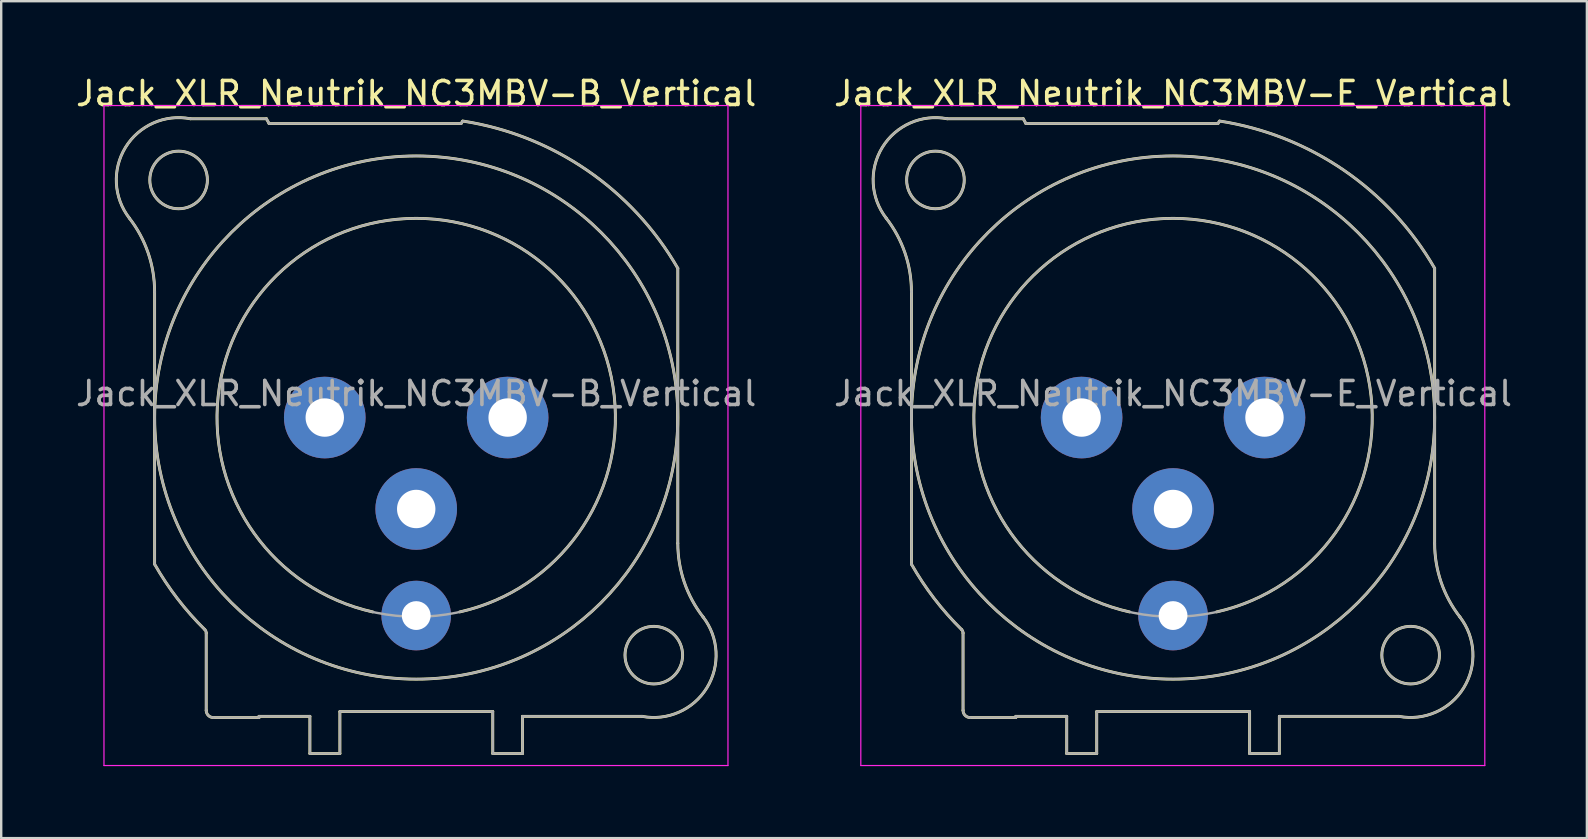
<source format=kicad_pcb>
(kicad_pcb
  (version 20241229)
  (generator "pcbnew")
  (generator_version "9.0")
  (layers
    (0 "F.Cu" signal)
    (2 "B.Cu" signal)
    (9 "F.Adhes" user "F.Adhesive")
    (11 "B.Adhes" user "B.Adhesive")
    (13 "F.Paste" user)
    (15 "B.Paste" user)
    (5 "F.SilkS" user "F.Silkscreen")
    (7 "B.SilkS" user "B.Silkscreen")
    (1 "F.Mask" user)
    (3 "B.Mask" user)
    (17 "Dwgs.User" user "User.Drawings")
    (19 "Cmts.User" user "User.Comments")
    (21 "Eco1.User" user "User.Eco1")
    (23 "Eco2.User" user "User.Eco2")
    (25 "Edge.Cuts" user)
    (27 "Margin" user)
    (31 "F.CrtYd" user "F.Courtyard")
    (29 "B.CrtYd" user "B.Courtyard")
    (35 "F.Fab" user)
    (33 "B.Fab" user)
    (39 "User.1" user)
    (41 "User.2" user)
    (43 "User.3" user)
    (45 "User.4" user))
  (footprint "Jack_XLR_Neutrik_NC3MBV-B_Vertical"
    (layer "F.Cu")
    (at 10.482 14.348)
    (property "Reference" "Jack_XLR_Neutrik_NC3MBV-B_Vertical" (at 3.81 -13.5 0) (layer "F.SilkS") (effects (font (size 1 1) (thickness 0.15))))
    (attr through_hole)
    (fp_line (start -7.09 -5.24) (end -7.09 6.11) (stroke (width 0.12) (type solid)) (layer "F.SilkS"))
    (fp_line (start -4.94 12.2) (end -4.94 8.98) (stroke (width 0.12) (type solid)) (layer "F.SilkS"))
    (fp_line (start -4.64 12.5) (end -2.74 12.5) (stroke (width 0.12) (type solid)) (layer "F.SilkS"))
    (fp_line (start -2.74 12.45) (end -0.62 12.45) (stroke (width 0.12) (type solid)) (layer "F.SilkS"))
    (fp_line (start -2.74 12.5) (end -2.74 12.45) (stroke (width 0.12) (type solid)) (layer "F.SilkS"))
    (fp_line (start -2.43 -12.45) (end -5.6 -12.45) (stroke (width 0.12) (type solid)) (layer "F.SilkS"))
    (fp_line (start -2.32 -12.25) (end -2.43 -12.45) (stroke (width 0.12) (type solid)) (layer "F.SilkS"))
    (fp_line (start -0.62 12.45) (end -0.62 14) (stroke (width 0.12) (type solid)) (layer "F.SilkS"))
    (fp_line (start 0.63 12.25) (end 0.63 14) (stroke (width 0.12) (type solid)) (layer "F.SilkS"))
    (fp_line (start 0.63 12.25) (end 7 12.25) (stroke (width 0.12) (type solid)) (layer "F.SilkS"))
    (fp_line (start 0.63 14) (end -0.62 14) (stroke (width 0.12) (type solid)) (layer "F.SilkS"))
    (fp_line (start 5.68 -12.25) (end -2.32 -12.25) (stroke (width 0.12) (type solid)) (layer "F.SilkS"))
    (fp_line (start 5.74 -12.35) (end 5.68 -12.25) (stroke (width 0.12) (type solid)) (layer "F.SilkS"))
    (fp_line (start 7 12.25) (end 7 14) (stroke (width 0.12) (type solid)) (layer "F.SilkS"))
    (fp_line (start 8.24 12.45) (end 8.24 14) (stroke (width 0.12) (type solid)) (layer "F.SilkS"))
    (fp_line (start 8.24 12.45) (end 13.22 12.45) (stroke (width 0.12) (type solid)) (layer "F.SilkS"))
    (fp_line (start 8.24 14) (end 7 14) (stroke (width 0.12) (type solid)) (layer "F.SilkS"))
    (fp_line (start 14.71 5.24) (end 14.71 -6.22) (stroke (width 0.12) (type solid)) (layer "F.SilkS"))
    (fp_arc (start -8.14458 -8.311426) (mid -7.360989 -6.863715) (end -7.09 -5.24) (stroke (width 0.12) (type solid)) (layer "F.SilkS"))
    (fp_arc (start -8.141124 -8.307677) (mid -8.303366 -11.257798) (end -5.6 -12.45) (stroke (width 0.12) (type solid)) (layer "F.SilkS"))
    (fp_arc (start -4.999944 8.832139) (mid -4.954594 8.899835) (end -4.94 8.98) (stroke (width 0.12) (type solid)) (layer "F.SilkS"))
    (fp_arc (start -4.999718 8.833849) (mid -6.1389 7.544091) (end -7.09 6.11) (stroke (width 0.12) (type solid)) (layer "F.SilkS"))
    (fp_arc (start -4.64 12.5) (mid -4.852132 12.412132) (end -4.94 12.2) (stroke (width 0.12) (type solid)) (layer "F.SilkS"))
    (fp_arc (start 2 8.1) (mid 3.809449 -8.299765) (end 5.621075 8.09976) (stroke (width 0.12) (type solid)) (layer "F.SilkS"))
    (fp_arc (start 5.753207 -12.354269) (mid 10.928439 -10.304601) (end 14.71 -6.22) (stroke (width 0.12) (type solid)) (layer "F.SilkS"))
    (fp_arc (start 15.761124 8.307677) (mid 15.923366 11.257798) (end 13.22 12.45) (stroke (width 0.12) (type solid)) (layer "F.SilkS"))
    (fp_arc (start 15.76458 8.311426) (mid 14.980989 6.863715) (end 14.71 5.24) (stroke (width 0.12) (type solid)) (layer "F.SilkS"))
    (fp_circle (center -6.09 -9.9) (end -4.89 -9.9) (stroke (width 0.12) (type solid)) (fill no) (layer "F.SilkS"))
    (fp_circle (center 3.81 0) (end 14.71 0) (stroke (width 0.12) (type solid)) (fill no) (layer "F.SilkS"))
    (fp_circle (center 13.71 9.9) (end 14.91 9.9) (stroke (width 0.12) (type solid)) (fill no) (layer "F.SilkS"))
    (fp_line (start -9.2 -13) (end 16.8 -13) (stroke (width 0.05) (type solid)) (layer "F.CrtYd"))
    (fp_line (start -9.2 14.5) (end -9.2 -13) (stroke (width 0.05) (type solid)) (layer "F.CrtYd"))
    (fp_line (start 16.8 -13) (end 16.8 14.5) (stroke (width 0.05) (type solid)) (layer "F.CrtYd"))
    (fp_line (start 16.8 14.5) (end -9.2 14.5) (stroke (width 0.05) (type solid)) (layer "F.CrtYd"))
    (fp_line (start -7.09 -5.24) (end -7.09 6.11) (stroke (width 0.1) (type solid)) (layer "F.Fab"))
    (fp_line (start -4.94 12.2) (end -4.94 8.98) (stroke (width 0.1) (type solid)) (layer "F.Fab"))
    (fp_line (start -4.64 12.5) (end -2.74 12.5) (stroke (width 0.1) (type solid)) (layer "F.Fab"))
    (fp_line (start -2.74 12.45) (end -0.62 12.45) (stroke (width 0.1) (type solid)) (layer "F.Fab"))
    (fp_line (start -2.74 12.5) (end -2.74 12.45) (stroke (width 0.1) (type solid)) (layer "F.Fab"))
    (fp_line (start -2.43 -12.45) (end -5.6 -12.45) (stroke (width 0.1) (type solid)) (layer "F.Fab"))
    (fp_line (start -2.32 -12.25) (end -2.43 -12.45) (stroke (width 0.1) (type solid)) (layer "F.Fab"))
    (fp_line (start -0.62 12.45) (end -0.62 14) (stroke (width 0.1) (type solid)) (layer "F.Fab"))
    (fp_line (start 0.63 12.25) (end 0.63 14) (stroke (width 0.1) (type solid)) (layer "F.Fab"))
    (fp_line (start 0.63 12.25) (end 7 12.25) (stroke (width 0.1) (type solid)) (layer "F.Fab"))
    (fp_line (start 0.63 14) (end -0.62 14) (stroke (width 0.1) (type solid)) (layer "F.Fab"))
    (fp_line (start 5.68 -12.25) (end -2.32 -12.25) (stroke (width 0.1) (type solid)) (layer "F.Fab"))
    (fp_line (start 5.74 -12.35) (end 5.68 -12.25) (stroke (width 0.1) (type solid)) (layer "F.Fab"))
    (fp_line (start 7 12.25) (end 7 14) (stroke (width 0.1) (type solid)) (layer "F.Fab"))
    (fp_line (start 8.24 12.45) (end 8.24 14) (stroke (width 0.1) (type solid)) (layer "F.Fab"))
    (fp_line (start 8.24 12.45) (end 13.22 12.45) (stroke (width 0.1) (type solid)) (layer "F.Fab"))
    (fp_line (start 8.24 14) (end 7 14) (stroke (width 0.1) (type solid)) (layer "F.Fab"))
    (fp_line (start 14.71 5.24) (end 14.71 -6.22) (stroke (width 0.1) (type solid)) (layer "F.Fab"))
    (fp_arc (start -8.14458 -8.311426) (mid -7.360989 -6.863715) (end -7.09 -5.24) (stroke (width 0.1) (type solid)) (layer "F.Fab"))
    (fp_arc (start -8.141124 -8.307677) (mid -8.303366 -11.257798) (end -5.6 -12.45) (stroke (width 0.1) (type solid)) (layer "F.Fab"))
    (fp_arc (start -4.999944 8.832139) (mid -4.954594 8.899835) (end -4.94 8.98) (stroke (width 0.1) (type solid)) (layer "F.Fab"))
    (fp_arc (start -4.999718 8.833849) (mid -6.1389 7.544091) (end -7.09 6.11) (stroke (width 0.1) (type solid)) (layer "F.Fab"))
    (fp_arc (start -4.64 12.5) (mid -4.852132 12.412132) (end -4.94 12.2) (stroke (width 0.1) (type solid)) (layer "F.Fab"))
    (fp_arc (start 5.753207 -12.354269) (mid 10.928439 -10.304601) (end 14.71 -6.22) (stroke (width 0.1) (type solid)) (layer "F.Fab"))
    (fp_arc (start 15.761124 8.307677) (mid 15.923366 11.257798) (end 13.22 12.45) (stroke (width 0.1) (type solid)) (layer "F.Fab"))
    (fp_arc (start 15.76458 8.311426) (mid 14.980989 6.863715) (end 14.71 5.24) (stroke (width 0.1) (type solid)) (layer "F.Fab"))
    (fp_circle (center -6.09 -9.9) (end -4.89 -9.9) (stroke (width 0.1) (type solid)) (fill no) (layer "F.Fab"))
    (fp_circle (center 3.81 0) (end 12.11 0) (stroke (width 0.1) (type solid)) (fill no) (layer "F.Fab"))
    (fp_circle (center 3.81 0) (end 14.71 0) (stroke (width 0.1) (type solid)) (fill no) (layer "F.Fab"))
    (fp_circle (center 13.71 9.9) (end 14.91 9.9) (stroke (width 0.1) (type solid)) (fill no) (layer "F.Fab"))
    (fp_text user "${REFERENCE}" (at 3.81 -1 0) (layer "F.Fab") (effects (font (size 1 1) (thickness 0.15))))
    (pad "1" thru_hole circle (at 0 0) (size 3.4 3.4) (drill 1.6) (layers "*.Cu" "*.Mask"))
    (pad "2" thru_hole circle (at 7.62 0) (size 3.4 3.4) (drill 1.6) (layers "*.Cu" "*.Mask"))
    (pad "3" thru_hole circle (at 3.81 3.81) (size 3.4 3.4) (drill 1.6) (layers "*.Cu" "*.Mask"))
    (pad "G" thru_hole circle (at 3.81 8.25) (size 2.9 2.9) (drill 1.2) (layers "*.Cu" "*.Mask")))
  (footprint "Jack_XLR_Neutrik_NC3MBV-E_Vertical"
    (layer "F.Cu")
    (at 42.017 14.348)
    (property "Reference" "Jack_XLR_Neutrik_NC3MBV-E_Vertical" (at 3.81 -13.5 0) (layer "F.SilkS") (effects (font (size 1 1) (thickness 0.15))))
    (attr through_hole)
    (fp_line (start -7.09 -5.24) (end -7.09 6.11) (stroke (width 0.12) (type solid)) (layer "F.SilkS"))
    (fp_line (start -4.94 12.2) (end -4.94 8.98) (stroke (width 0.12) (type solid)) (layer "F.SilkS"))
    (fp_line (start -4.64 12.5) (end -2.74 12.5) (stroke (width 0.12) (type solid)) (layer "F.SilkS"))
    (fp_line (start -2.74 12.45) (end -0.62 12.45) (stroke (width 0.12) (type solid)) (layer "F.SilkS"))
    (fp_line (start -2.74 12.5) (end -2.74 12.45) (stroke (width 0.12) (type solid)) (layer "F.SilkS"))
    (fp_line (start -2.43 -12.45) (end -5.6 -12.45) (stroke (width 0.12) (type solid)) (layer "F.SilkS"))
    (fp_line (start -2.32 -12.25) (end -2.43 -12.45) (stroke (width 0.12) (type solid)) (layer "F.SilkS"))
    (fp_line (start -0.62 12.45) (end -0.62 14) (stroke (width 0.12) (type solid)) (layer "F.SilkS"))
    (fp_line (start 0.63 12.25) (end 0.63 14) (stroke (width 0.12) (type solid)) (layer "F.SilkS"))
    (fp_line (start 0.63 12.25) (end 7 12.25) (stroke (width 0.12) (type solid)) (layer "F.SilkS"))
    (fp_line (start 0.63 14) (end -0.62 14) (stroke (width 0.12) (type solid)) (layer "F.SilkS"))
    (fp_line (start 5.68 -12.25) (end -2.32 -12.25) (stroke (width 0.12) (type solid)) (layer "F.SilkS"))
    (fp_line (start 5.74 -12.35) (end 5.68 -12.25) (stroke (width 0.12) (type solid)) (layer "F.SilkS"))
    (fp_line (start 7 12.25) (end 7 14) (stroke (width 0.12) (type solid)) (layer "F.SilkS"))
    (fp_line (start 8.24 12.45) (end 8.24 14) (stroke (width 0.12) (type solid)) (layer "F.SilkS"))
    (fp_line (start 8.24 12.45) (end 13.22 12.45) (stroke (width 0.12) (type solid)) (layer "F.SilkS"))
    (fp_line (start 8.24 14) (end 7 14) (stroke (width 0.12) (type solid)) (layer "F.SilkS"))
    (fp_line (start 14.71 5.24) (end 14.71 -6.22) (stroke (width 0.12) (type solid)) (layer "F.SilkS"))
    (fp_arc (start -8.14458 -8.311426) (mid -7.360989 -6.863715) (end -7.09 -5.24) (stroke (width 0.12) (type solid)) (layer "F.SilkS"))
    (fp_arc (start -8.141124 -8.307677) (mid -8.303366 -11.257798) (end -5.6 -12.45) (stroke (width 0.12) (type solid)) (layer "F.SilkS"))
    (fp_arc (start -4.999944 8.832139) (mid -4.954594 8.899835) (end -4.94 8.98) (stroke (width 0.12) (type solid)) (layer "F.SilkS"))
    (fp_arc (start -4.999718 8.833849) (mid -6.1389 7.544091) (end -7.09 6.11) (stroke (width 0.12) (type solid)) (layer "F.SilkS"))
    (fp_arc (start -4.64 12.5) (mid -4.852132 12.412132) (end -4.94 12.2) (stroke (width 0.12) (type solid)) (layer "F.SilkS"))
    (fp_arc (start 2 8.1) (mid 3.809449 -8.299765) (end 5.621075 8.09976) (stroke (width 0.12) (type solid)) (layer "F.SilkS"))
    (fp_arc (start 5.753207 -12.354269) (mid 10.928439 -10.304601) (end 14.71 -6.22) (stroke (width 0.12) (type solid)) (layer "F.SilkS"))
    (fp_arc (start 15.761124 8.307677) (mid 15.923366 11.257798) (end 13.22 12.45) (stroke (width 0.12) (type solid)) (layer "F.SilkS"))
    (fp_arc (start 15.76458 8.311426) (mid 14.980989 6.863715) (end 14.71 5.24) (stroke (width 0.12) (type solid)) (layer "F.SilkS"))
    (fp_circle (center -6.09 -9.9) (end -4.89 -9.9) (stroke (width 0.12) (type solid)) (fill no) (layer "F.SilkS"))
    (fp_circle (center 3.81 0) (end 14.71 0) (stroke (width 0.12) (type solid)) (fill no) (layer "F.SilkS"))
    (fp_circle (center 13.71 9.9) (end 14.91 9.9) (stroke (width 0.12) (type solid)) (fill no) (layer "F.SilkS"))
    (fp_line (start -9.2 -13) (end 16.8 -13) (stroke (width 0.05) (type solid)) (layer "F.CrtYd"))
    (fp_line (start -9.2 14.5) (end -9.2 -13) (stroke (width 0.05) (type solid)) (layer "F.CrtYd"))
    (fp_line (start 16.8 -13) (end 16.8 14.5) (stroke (width 0.05) (type solid)) (layer "F.CrtYd"))
    (fp_line (start 16.8 14.5) (end -9.2 14.5) (stroke (width 0.05) (type solid)) (layer "F.CrtYd"))
    (fp_line (start -7.09 -5.24) (end -7.09 6.11) (stroke (width 0.1) (type solid)) (layer "F.Fab"))
    (fp_line (start -4.94 12.2) (end -4.94 8.98) (stroke (width 0.1) (type solid)) (layer "F.Fab"))
    (fp_line (start -4.64 12.5) (end -2.74 12.5) (stroke (width 0.1) (type solid)) (layer "F.Fab"))
    (fp_line (start -2.74 12.45) (end -0.62 12.45) (stroke (width 0.1) (type solid)) (layer "F.Fab"))
    (fp_line (start -2.74 12.5) (end -2.74 12.45) (stroke (width 0.1) (type solid)) (layer "F.Fab"))
    (fp_line (start -2.43 -12.45) (end -5.6 -12.45) (stroke (width 0.1) (type solid)) (layer "F.Fab"))
    (fp_line (start -2.32 -12.25) (end -2.43 -12.45) (stroke (width 0.1) (type solid)) (layer "F.Fab"))
    (fp_line (start -0.62 12.45) (end -0.62 14) (stroke (width 0.1) (type solid)) (layer "F.Fab"))
    (fp_line (start 0.63 12.25) (end 0.63 14) (stroke (width 0.1) (type solid)) (layer "F.Fab"))
    (fp_line (start 0.63 12.25) (end 7 12.25) (stroke (width 0.1) (type solid)) (layer "F.Fab"))
    (fp_line (start 0.63 14) (end -0.62 14) (stroke (width 0.1) (type solid)) (layer "F.Fab"))
    (fp_line (start 5.68 -12.25) (end -2.32 -12.25) (stroke (width 0.1) (type solid)) (layer "F.Fab"))
    (fp_line (start 5.74 -12.35) (end 5.68 -12.25) (stroke (width 0.1) (type solid)) (layer "F.Fab"))
    (fp_line (start 7 12.25) (end 7 14) (stroke (width 0.1) (type solid)) (layer "F.Fab"))
    (fp_line (start 8.24 12.45) (end 8.24 14) (stroke (width 0.1) (type solid)) (layer "F.Fab"))
    (fp_line (start 8.24 12.45) (end 13.22 12.45) (stroke (width 0.1) (type solid)) (layer "F.Fab"))
    (fp_line (start 8.24 14) (end 7 14) (stroke (width 0.1) (type solid)) (layer "F.Fab"))
    (fp_line (start 14.71 5.24) (end 14.71 -6.22) (stroke (width 0.1) (type solid)) (layer "F.Fab"))
    (fp_arc (start -8.14458 -8.311426) (mid -7.360989 -6.863715) (end -7.09 -5.24) (stroke (width 0.1) (type solid)) (layer "F.Fab"))
    (fp_arc (start -8.141124 -8.307677) (mid -8.303366 -11.257798) (end -5.6 -12.45) (stroke (width 0.1) (type solid)) (layer "F.Fab"))
    (fp_arc (start -4.999944 8.832139) (mid -4.954594 8.899835) (end -4.94 8.98) (stroke (width 0.1) (type solid)) (layer "F.Fab"))
    (fp_arc (start -4.999718 8.833849) (mid -6.1389 7.544091) (end -7.09 6.11) (stroke (width 0.1) (type solid)) (layer "F.Fab"))
    (fp_arc (start -4.64 12.5) (mid -4.852132 12.412132) (end -4.94 12.2) (stroke (width 0.1) (type solid)) (layer "F.Fab"))
    (fp_arc (start 5.753207 -12.354269) (mid 10.928439 -10.304601) (end 14.71 -6.22) (stroke (width 0.1) (type solid)) (layer "F.Fab"))
    (fp_arc (start 15.761124 8.307677) (mid 15.923366 11.257798) (end 13.22 12.45) (stroke (width 0.1) (type solid)) (layer "F.Fab"))
    (fp_arc (start 15.76458 8.311426) (mid 14.980989 6.863715) (end 14.71 5.24) (stroke (width 0.1) (type solid)) (layer "F.Fab"))
    (fp_circle (center -6.09 -9.9) (end -4.89 -9.9) (stroke (width 0.1) (type solid)) (fill no) (layer "F.Fab"))
    (fp_circle (center 3.81 0) (end 12.11 0) (stroke (width 0.1) (type solid)) (fill no) (layer "F.Fab"))
    (fp_circle (center 3.81 0) (end 14.71 0) (stroke (width 0.1) (type solid)) (fill no) (layer "F.Fab"))
    (fp_circle (center 13.71 9.9) (end 14.91 9.9) (stroke (width 0.1) (type solid)) (fill no) (layer "F.Fab"))
    (fp_text user "${REFERENCE}" (at 3.81 -1 0) (layer "F.Fab") (effects (font (size 1 1) (thickness 0.15))))
    (pad "1" thru_hole circle (at 0 0) (size 3.4 3.4) (drill 1.6) (layers "*.Cu" "*.Mask"))
    (pad "2" thru_hole circle (at 7.62 0) (size 3.4 3.4) (drill 1.6) (layers "*.Cu" "*.Mask"))
    (pad "3" thru_hole circle (at 3.81 3.81) (size 3.4 3.4) (drill 1.6) (layers "*.Cu" "*.Mask"))
    (pad "G" thru_hole circle (at 3.81 8.25) (size 2.9 2.9) (drill 1.2) (layers "*.Cu" "*.Mask")))
  (gr_rect
    (start -3 -3)
    (end 63.071 31.873)
    (stroke (width 0.1) (type default))
    (fill no)
    (layer "Edge.Cuts")))
</source>
